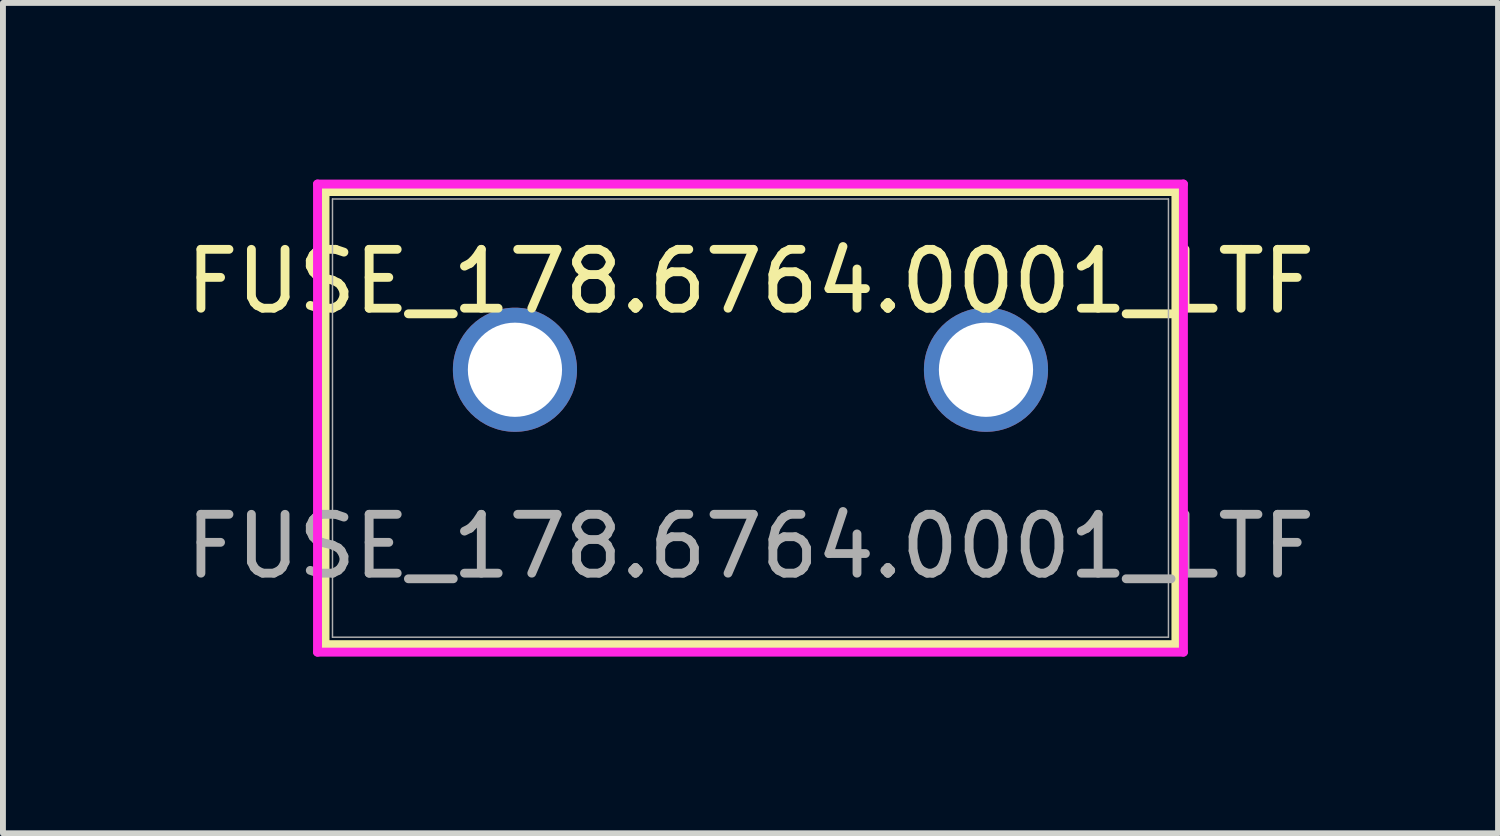
<source format=kicad_pcb>
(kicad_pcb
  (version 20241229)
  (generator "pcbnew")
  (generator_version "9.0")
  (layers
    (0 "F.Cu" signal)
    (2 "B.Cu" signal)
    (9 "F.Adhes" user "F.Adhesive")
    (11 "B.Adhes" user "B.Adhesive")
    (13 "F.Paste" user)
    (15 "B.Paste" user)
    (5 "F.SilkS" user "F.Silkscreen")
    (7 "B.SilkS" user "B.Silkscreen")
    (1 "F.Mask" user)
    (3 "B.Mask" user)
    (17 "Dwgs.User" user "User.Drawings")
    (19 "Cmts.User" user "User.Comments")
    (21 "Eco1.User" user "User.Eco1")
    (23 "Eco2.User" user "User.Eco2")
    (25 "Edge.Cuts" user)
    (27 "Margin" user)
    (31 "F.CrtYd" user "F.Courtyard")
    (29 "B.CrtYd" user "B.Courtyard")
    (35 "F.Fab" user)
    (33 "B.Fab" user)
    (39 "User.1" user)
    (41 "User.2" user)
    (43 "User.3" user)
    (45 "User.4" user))
  (footprint "FUSE_178.6764.0001_LTF"
    (layer "F.Cu")
    (at 5.696 3.23)
    (property "Reference" "FUSE_178.6764.0001_LTF" (at 4 -1.5 0) (unlocked yes) (layer "F.SilkS") (effects (font (size 1 1) (thickness 0.15))))
    (attr through_hole)
    (fp_line (start -3.226 -3.027) (end -3.226 4.669) (stroke (width 0.152) (type solid)) (layer "F.SilkS"))
    (fp_line (start -3.226 4.669) (end 11.226 4.669) (stroke (width 0.152) (type solid)) (layer "F.SilkS"))
    (fp_line (start 11.226 -3.027) (end -3.226 -3.027) (stroke (width 0.152) (type solid)) (layer "F.SilkS"))
    (fp_line (start 11.226 4.669) (end 11.226 -3.027) (stroke (width 0.152) (type solid)) (layer "F.SilkS"))
    (fp_line (start -3.353 -3.154) (end -3.353 4.796) (stroke (width 0.152) (type solid)) (layer "F.CrtYd"))
    (fp_line (start -3.353 4.796) (end 11.353 4.796) (stroke (width 0.152) (type solid)) (layer "F.CrtYd"))
    (fp_line (start 11.353 -3.154) (end -3.353 -3.154) (stroke (width 0.152) (type solid)) (layer "F.CrtYd"))
    (fp_line (start 11.353 4.796) (end 11.353 -3.154) (stroke (width 0.152) (type solid)) (layer "F.CrtYd"))
    (fp_line (start -3.099 -2.9) (end -3.099 4.542) (stroke (width 0.025) (type solid)) (layer "F.Fab"))
    (fp_line (start -3.099 4.542) (end 11.099 4.542) (stroke (width 0.025) (type solid)) (layer "F.Fab"))
    (fp_line (start 11.099 -2.9) (end -3.099 -2.9) (stroke (width 0.025) (type solid)) (layer "F.Fab"))
    (fp_line (start 11.099 4.542) (end 11.099 -2.9) (stroke (width 0.025) (type solid)) (layer "F.Fab"))
    (fp_text user "${REFERENCE}" (at 4 3 0) (unlocked yes) (layer "F.Fab") (effects (font (size 1 1) (thickness 0.15))))
    (pad "1" thru_hole circle (at 0 0) (size 2.108 2.108) (drill 1.6) (layers "*.Cu" "*.Mask"))
    (pad "2" thru_hole circle (at 8 0) (size 2.108 2.108) (drill 1.6) (layers "*.Cu" "*.Mask")))
  (gr_rect
    (start -3 -3)
    (end 22.393 11.103)
    (stroke (width 0.1) (type default))
    (fill no)
    (layer "Edge.Cuts")))
</source>
